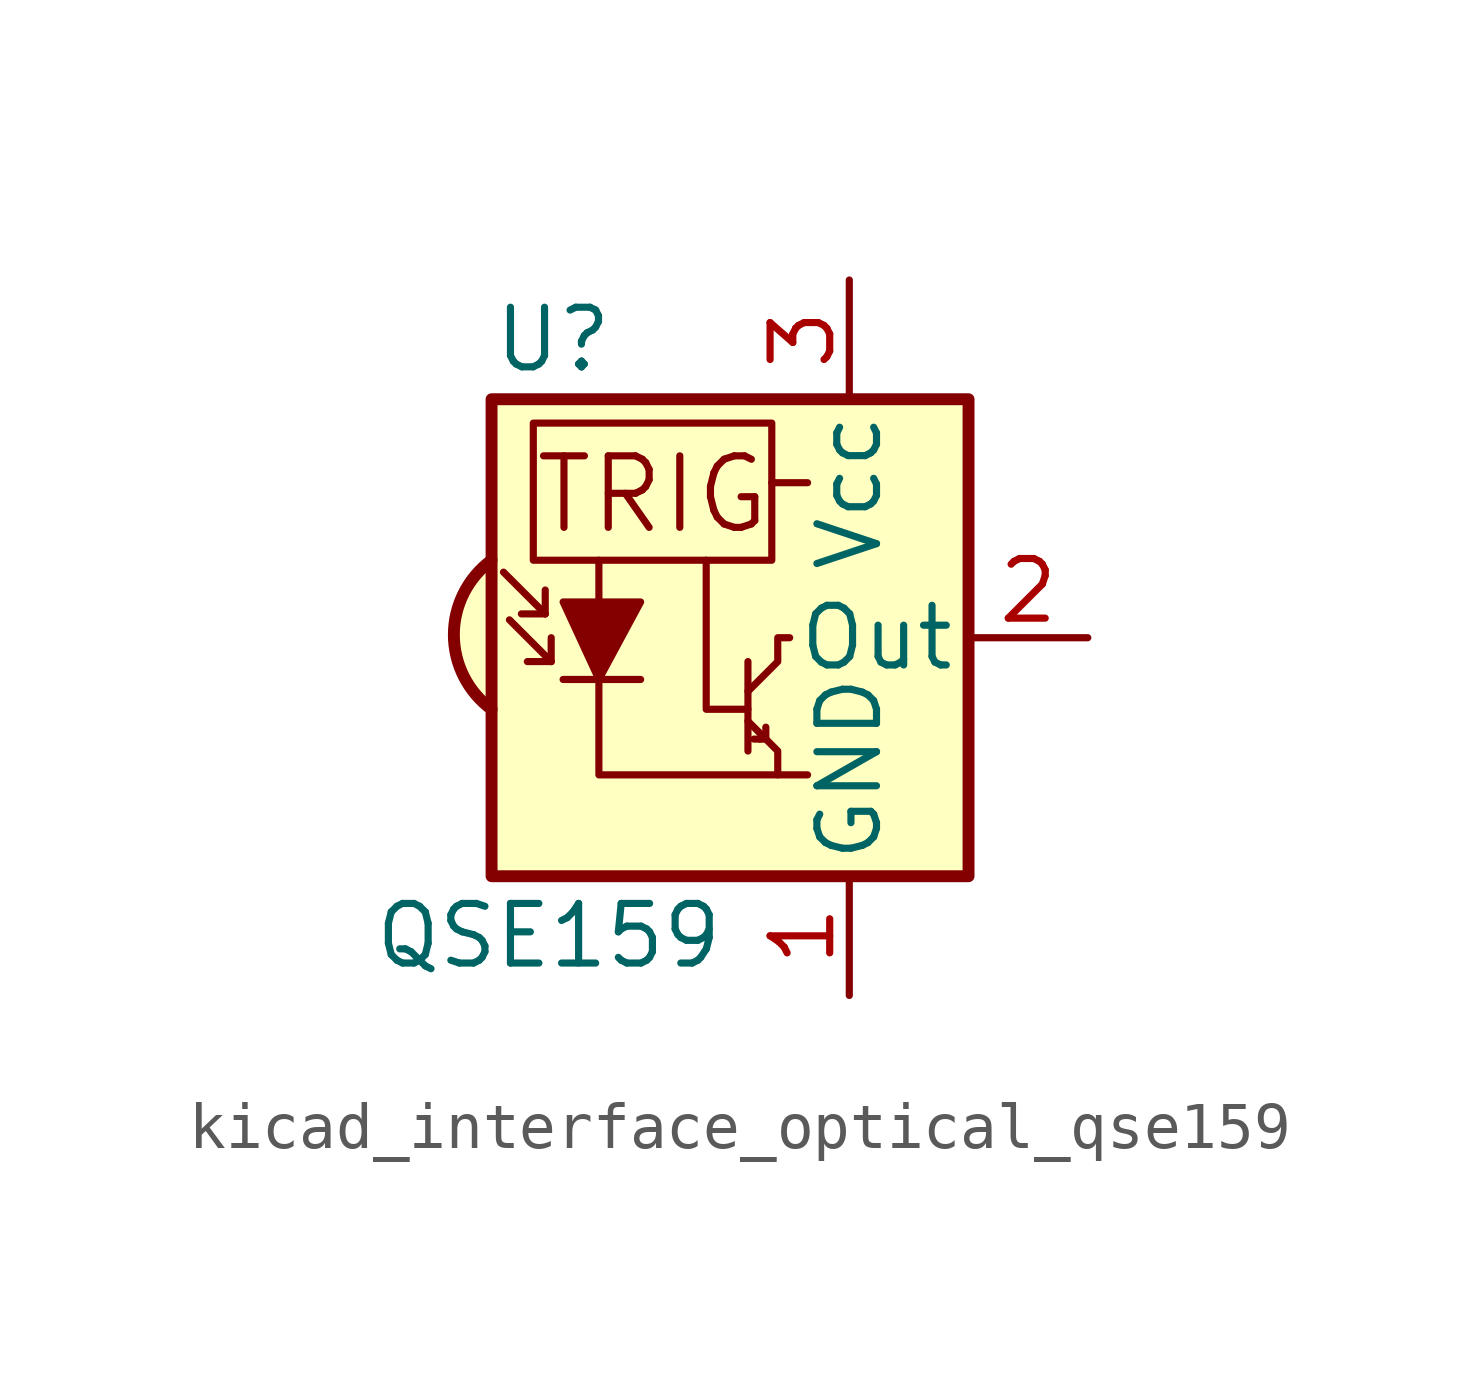
<source format=kicad_sym>
(kicad_symbol_lib
  (version 20220914)
  (generator kicad_symbol_editor)
  (symbol "kicad_interface_optical_qse159"
    (pin_names
      (offset 0.254))
    (property "Reference" "U"
      (at -5.08 6.35 0)
      (effects (font (size 1.27 1.27)) (justify left)))
    (property "Value" "QSE159"
      (at -7.62 -6.35 0)
      (effects (font (size 1.27 1.27)) (justify left)))
    (symbol "kicad_interface_optical_qse159_0_0"
      (arc (start -5.08 1.651) (mid -5.8829 0.0688) (end -5.08 -1.524) (stroke (width 0.254) (type default)) (fill (type background)))
      (polyline (pts (xy 0.889 3.302) (xy 1.651 3.302)) (stroke (width 0) (type default)) (fill (type none)))
      (polyline (pts (xy 0.381 -1.778) (xy 1.016 -2.413) (xy 1.016 -2.921)) (stroke (width 0) (type default)) (fill (type none)))
      (polyline (pts (xy 0.381 -1.524) (xy -0.508 -1.524) (xy -0.508 1.651)) (stroke (width 0) (type default)) (fill (type none)))
      (polyline (pts (xy 1.651 -2.921) (xy -2.794 -2.921) (xy -2.794 1.651)) (stroke (width 0) (type default)) (fill (type none)))
      (polyline (pts (xy 0.381 -1.143) (xy 1.016 -0.508) (xy 1.016 0) (xy 1.27 0)) (stroke (width 0) (type default)) (fill (type none)))
      (rectangle (start 0.889 4.572) (end -4.191 1.651) (stroke (width 0) (type default)) (fill (type none)))
      (rectangle (start 5.08 5.08) (end -5.08 -5.08) (stroke (width 0.254) (type default)) (fill (type background)))
      (text "TRIG" (at -1.651 3.048 0) (effects (font (size 1.524 1.524)))))
    (symbol "kicad_interface_optical_qse159_0_1"
      (polyline (pts (xy -3.937 0.508) (xy -4.826 1.397)) (stroke (width 0) (type default)) (fill (type none)))
      (polyline (pts (xy -3.937 0.508) (xy -4.445 0.508)) (stroke (width 0) (type default)) (fill (type none)))
      (polyline (pts (xy -3.937 0.508) (xy -3.937 1.016)) (stroke (width 0) (type default)) (fill (type none)))
      (polyline (pts (xy -3.81 -0.508) (xy -4.699 0.381)) (stroke (width 0) (type default)) (fill (type none)))
      (polyline (pts (xy -3.81 -0.508) (xy -4.318 -0.508)) (stroke (width 0) (type default)) (fill (type none)))
      (polyline (pts (xy -3.81 -0.508) (xy -3.81 0)) (stroke (width 0) (type default)) (fill (type none)))
      (polyline (pts (xy -3.556 -0.889) (xy -1.905 -0.889)) (stroke (width 0) (type default)) (fill (type none)))
      (polyline (pts (xy 0.381 -0.508) (xy 0.381 -2.413)) (stroke (width 0) (type default)) (fill (type none)))
      (polyline (pts (xy 0.508 -2.159) (xy 0.635 -2.159)) (stroke (width 0) (type default)) (fill (type none)))
      (polyline (pts (xy 0.762 -2.159) (xy 0.635 -2.159)) (stroke (width 0) (type default)) (fill (type none)))
      (polyline (pts (xy 0.762 -2.159) (xy 0.762 -1.905)) (stroke (width 0) (type default)) (fill (type none)))
      (polyline (pts (xy -3.556 0.762) (xy -1.905 0.762) (xy -2.794 -0.889) (xy -3.556 0.762)) (stroke (width 0) (type default)) (fill (type outline))))
    (symbol "kicad_interface_optical_qse159_1_1"
      (pin power_in line (at 2.54 -7.62 90) (length 2.54) (name "GND" (effects (font (size 1.27 1.27)))) (number "1" (effects (font (size 1.27 1.27)))))
      (pin output line (at 7.62 0 180) (length 2.54) (name "Out" (effects (font (size 1.27 1.27)))) (number "2" (effects (font (size 1.27 1.27)))))
      (pin power_in line (at 2.54 7.62 270) (length 2.54) (name "Vcc" (effects (font (size 1.27 1.27)))) (number "3" (effects (font (size 1.27 1.27))))))))
</source>
